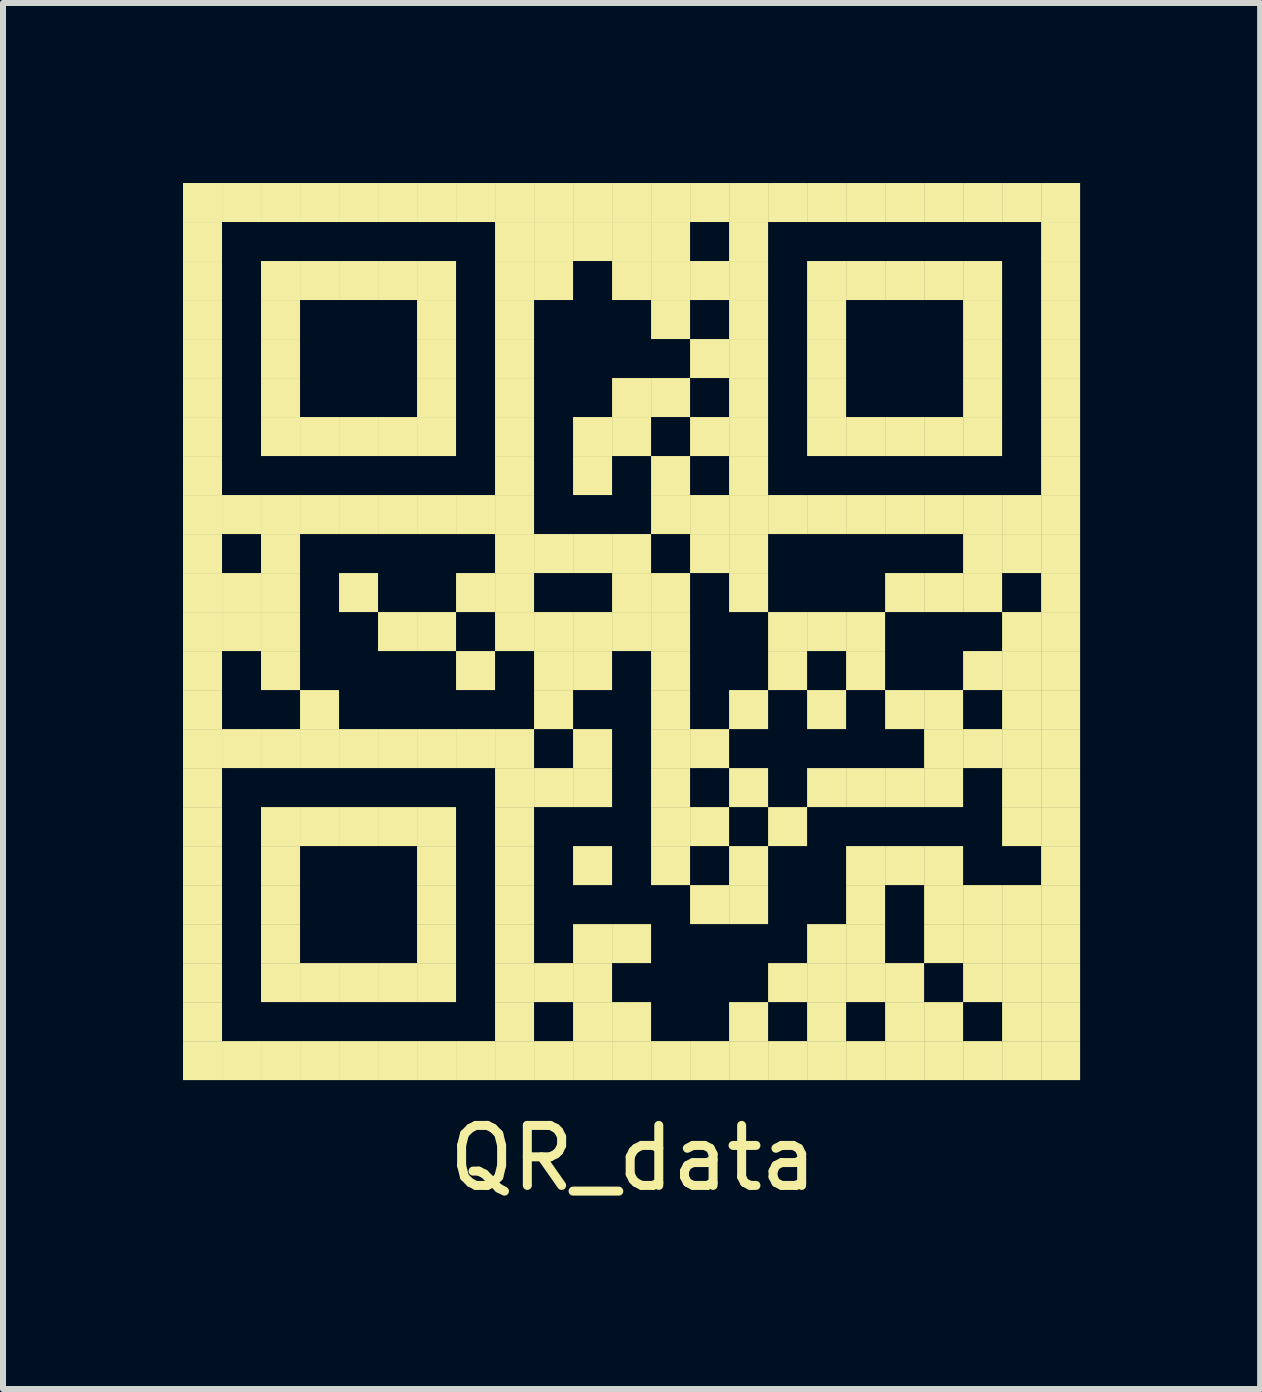
<source format=kicad_pcb>
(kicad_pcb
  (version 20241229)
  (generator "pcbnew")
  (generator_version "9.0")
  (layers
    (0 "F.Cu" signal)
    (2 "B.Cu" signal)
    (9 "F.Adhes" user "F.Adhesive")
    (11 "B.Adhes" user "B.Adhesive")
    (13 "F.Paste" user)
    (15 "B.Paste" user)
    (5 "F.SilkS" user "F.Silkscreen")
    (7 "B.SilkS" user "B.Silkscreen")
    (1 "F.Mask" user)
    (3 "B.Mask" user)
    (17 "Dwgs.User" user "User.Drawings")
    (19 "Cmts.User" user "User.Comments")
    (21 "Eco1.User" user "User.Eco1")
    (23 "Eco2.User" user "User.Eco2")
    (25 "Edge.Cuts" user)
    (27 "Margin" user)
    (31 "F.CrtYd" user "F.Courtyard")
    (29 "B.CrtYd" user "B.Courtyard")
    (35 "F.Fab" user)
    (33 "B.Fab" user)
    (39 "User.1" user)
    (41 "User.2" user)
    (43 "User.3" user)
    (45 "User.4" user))
  (footprint "QR_data"
    (layer "F.Cu")
    (at 7.5 7.5)
    (property "Reference" "QR_data" (at 0 8.75 0) (layer "F.SilkS") (effects (font (size 1 1) (thickness 0.15))))
    (attr exclude_from_pos_files exclude_from_bom allow_missing_courtyard)
    (fp_poly (pts (xy -7.5 -7.5) (xy -7.5 -6.85) (xy -6.85 -6.85) (xy -6.85 -7.5)) (stroke (width 0) (type solid)) (fill yes) (layer "F.SilkS"))
    (fp_poly (pts (xy -7.5 -6.85) (xy -7.5 -6.2) (xy -6.85 -6.2) (xy -6.85 -6.85)) (stroke (width 0) (type solid)) (fill yes) (layer "F.SilkS"))
    (fp_poly (pts (xy -7.5 -6.2) (xy -7.5 -5.55) (xy -6.85 -5.55) (xy -6.85 -6.2)) (stroke (width 0) (type solid)) (fill yes) (layer "F.SilkS"))
    (fp_poly (pts (xy -7.5 -5.55) (xy -7.5 -4.9) (xy -6.85 -4.9) (xy -6.85 -5.55)) (stroke (width 0) (type solid)) (fill yes) (layer "F.SilkS"))
    (fp_poly (pts (xy -7.5 -4.9) (xy -7.5 -4.25) (xy -6.85 -4.25) (xy -6.85 -4.9)) (stroke (width 0) (type solid)) (fill yes) (layer "F.SilkS"))
    (fp_poly (pts (xy -7.5 -4.25) (xy -7.5 -3.6) (xy -6.85 -3.6) (xy -6.85 -4.25)) (stroke (width 0) (type solid)) (fill yes) (layer "F.SilkS"))
    (fp_poly (pts (xy -7.5 -3.6) (xy -7.5 -2.95) (xy -6.85 -2.95) (xy -6.85 -3.6)) (stroke (width 0) (type solid)) (fill yes) (layer "F.SilkS"))
    (fp_poly (pts (xy -7.5 -2.95) (xy -7.5 -2.3) (xy -6.85 -2.3) (xy -6.85 -2.95)) (stroke (width 0) (type solid)) (fill yes) (layer "F.SilkS"))
    (fp_poly (pts (xy -7.5 -2.3) (xy -7.5 -1.65) (xy -6.85 -1.65) (xy -6.85 -2.3)) (stroke (width 0) (type solid)) (fill yes) (layer "F.SilkS"))
    (fp_poly (pts (xy -7.5 -1.65) (xy -7.5 -1) (xy -6.85 -1) (xy -6.85 -1.65)) (stroke (width 0) (type solid)) (fill yes) (layer "F.SilkS"))
    (fp_poly (pts (xy -7.5 -1) (xy -7.5 -0.35) (xy -6.85 -0.35) (xy -6.85 -1)) (stroke (width 0) (type solid)) (fill yes) (layer "F.SilkS"))
    (fp_poly (pts (xy -7.5 -0.35) (xy -7.5 0.3) (xy -6.85 0.3) (xy -6.85 -0.35)) (stroke (width 0) (type solid)) (fill yes) (layer "F.SilkS"))
    (fp_poly (pts (xy -7.5 0.3) (xy -7.5 0.95) (xy -6.85 0.95) (xy -6.85 0.3)) (stroke (width 0) (type solid)) (fill yes) (layer "F.SilkS"))
    (fp_poly (pts (xy -7.5 0.95) (xy -7.5 1.6) (xy -6.85 1.6) (xy -6.85 0.95)) (stroke (width 0) (type solid)) (fill yes) (layer "F.SilkS"))
    (fp_poly (pts (xy -7.5 1.6) (xy -7.5 2.25) (xy -6.85 2.25) (xy -6.85 1.6)) (stroke (width 0) (type solid)) (fill yes) (layer "F.SilkS"))
    (fp_poly (pts (xy -7.5 2.25) (xy -7.5 2.9) (xy -6.85 2.9) (xy -6.85 2.25)) (stroke (width 0) (type solid)) (fill yes) (layer "F.SilkS"))
    (fp_poly (pts (xy -7.5 2.9) (xy -7.5 3.55) (xy -6.85 3.55) (xy -6.85 2.9)) (stroke (width 0) (type solid)) (fill yes) (layer "F.SilkS"))
    (fp_poly (pts (xy -7.5 3.55) (xy -7.5 4.2) (xy -6.85 4.2) (xy -6.85 3.55)) (stroke (width 0) (type solid)) (fill yes) (layer "F.SilkS"))
    (fp_poly (pts (xy -7.5 4.2) (xy -7.5 4.85) (xy -6.85 4.85) (xy -6.85 4.2)) (stroke (width 0) (type solid)) (fill yes) (layer "F.SilkS"))
    (fp_poly (pts (xy -7.5 4.85) (xy -7.5 5.5) (xy -6.85 5.5) (xy -6.85 4.85)) (stroke (width 0) (type solid)) (fill yes) (layer "F.SilkS"))
    (fp_poly (pts (xy -7.5 5.5) (xy -7.5 6.15) (xy -6.85 6.15) (xy -6.85 5.5)) (stroke (width 0) (type solid)) (fill yes) (layer "F.SilkS"))
    (fp_poly (pts (xy -7.5 6.15) (xy -7.5 6.8) (xy -6.85 6.8) (xy -6.85 6.15)) (stroke (width 0) (type solid)) (fill yes) (layer "F.SilkS"))
    (fp_poly (pts (xy -7.5 6.8) (xy -7.5 7.45) (xy -6.85 7.45) (xy -6.85 6.8)) (stroke (width 0) (type solid)) (fill yes) (layer "F.SilkS"))
    (fp_poly (pts (xy -6.85 -7.5) (xy -6.85 -6.85) (xy -6.2 -6.85) (xy -6.2 -7.5)) (stroke (width 0) (type solid)) (fill yes) (layer "F.SilkS"))
    (fp_poly (pts (xy -6.85 -2.3) (xy -6.85 -1.65) (xy -6.2 -1.65) (xy -6.2 -2.3)) (stroke (width 0) (type solid)) (fill yes) (layer "F.SilkS"))
    (fp_poly (pts (xy -6.85 -1) (xy -6.85 -0.35) (xy -6.2 -0.35) (xy -6.2 -1)) (stroke (width 0) (type solid)) (fill yes) (layer "F.SilkS"))
    (fp_poly (pts (xy -6.85 -0.35) (xy -6.85 0.3) (xy -6.2 0.3) (xy -6.2 -0.35)) (stroke (width 0) (type solid)) (fill yes) (layer "F.SilkS"))
    (fp_poly (pts (xy -6.85 1.6) (xy -6.85 2.25) (xy -6.2 2.25) (xy -6.2 1.6)) (stroke (width 0) (type solid)) (fill yes) (layer "F.SilkS"))
    (fp_poly (pts (xy -6.85 6.8) (xy -6.85 7.45) (xy -6.2 7.45) (xy -6.2 6.8)) (stroke (width 0) (type solid)) (fill yes) (layer "F.SilkS"))
    (fp_poly (pts (xy -6.2 -7.5) (xy -6.2 -6.85) (xy -5.55 -6.85) (xy -5.55 -7.5)) (stroke (width 0) (type solid)) (fill yes) (layer "F.SilkS"))
    (fp_poly (pts (xy -6.2 -6.2) (xy -6.2 -5.55) (xy -5.55 -5.55) (xy -5.55 -6.2)) (stroke (width 0) (type solid)) (fill yes) (layer "F.SilkS"))
    (fp_poly (pts (xy -6.2 -5.55) (xy -6.2 -4.9) (xy -5.55 -4.9) (xy -5.55 -5.55)) (stroke (width 0) (type solid)) (fill yes) (layer "F.SilkS"))
    (fp_poly (pts (xy -6.2 -4.9) (xy -6.2 -4.25) (xy -5.55 -4.25) (xy -5.55 -4.9)) (stroke (width 0) (type solid)) (fill yes) (layer "F.SilkS"))
    (fp_poly (pts (xy -6.2 -4.25) (xy -6.2 -3.6) (xy -5.55 -3.6) (xy -5.55 -4.25)) (stroke (width 0) (type solid)) (fill yes) (layer "F.SilkS"))
    (fp_poly (pts (xy -6.2 -3.6) (xy -6.2 -2.95) (xy -5.55 -2.95) (xy -5.55 -3.6)) (stroke (width 0) (type solid)) (fill yes) (layer "F.SilkS"))
    (fp_poly (pts (xy -6.2 -2.3) (xy -6.2 -1.65) (xy -5.55 -1.65) (xy -5.55 -2.3)) (stroke (width 0) (type solid)) (fill yes) (layer "F.SilkS"))
    (fp_poly (pts (xy -6.2 -1.65) (xy -6.2 -1) (xy -5.55 -1) (xy -5.55 -1.65)) (stroke (width 0) (type solid)) (fill yes) (layer "F.SilkS"))
    (fp_poly (pts (xy -6.2 -1) (xy -6.2 -0.35) (xy -5.55 -0.35) (xy -5.55 -1)) (stroke (width 0) (type solid)) (fill yes) (layer "F.SilkS"))
    (fp_poly (pts (xy -6.2 -0.35) (xy -6.2 0.3) (xy -5.55 0.3) (xy -5.55 -0.35)) (stroke (width 0) (type solid)) (fill yes) (layer "F.SilkS"))
    (fp_poly (pts (xy -6.2 0.3) (xy -6.2 0.95) (xy -5.55 0.95) (xy -5.55 0.3)) (stroke (width 0) (type solid)) (fill yes) (layer "F.SilkS"))
    (fp_poly (pts (xy -6.2 1.6) (xy -6.2 2.25) (xy -5.55 2.25) (xy -5.55 1.6)) (stroke (width 0) (type solid)) (fill yes) (layer "F.SilkS"))
    (fp_poly (pts (xy -6.2 2.9) (xy -6.2 3.55) (xy -5.55 3.55) (xy -5.55 2.9)) (stroke (width 0) (type solid)) (fill yes) (layer "F.SilkS"))
    (fp_poly (pts (xy -6.2 3.55) (xy -6.2 4.2) (xy -5.55 4.2) (xy -5.55 3.55)) (stroke (width 0) (type solid)) (fill yes) (layer "F.SilkS"))
    (fp_poly (pts (xy -6.2 4.2) (xy -6.2 4.85) (xy -5.55 4.85) (xy -5.55 4.2)) (stroke (width 0) (type solid)) (fill yes) (layer "F.SilkS"))
    (fp_poly (pts (xy -6.2 4.85) (xy -6.2 5.5) (xy -5.55 5.5) (xy -5.55 4.85)) (stroke (width 0) (type solid)) (fill yes) (layer "F.SilkS"))
    (fp_poly (pts (xy -6.2 5.5) (xy -6.2 6.15) (xy -5.55 6.15) (xy -5.55 5.5)) (stroke (width 0) (type solid)) (fill yes) (layer "F.SilkS"))
    (fp_poly (pts (xy -6.2 6.8) (xy -6.2 7.45) (xy -5.55 7.45) (xy -5.55 6.8)) (stroke (width 0) (type solid)) (fill yes) (layer "F.SilkS"))
    (fp_poly (pts (xy -5.55 -7.5) (xy -5.55 -6.85) (xy -4.9 -6.85) (xy -4.9 -7.5)) (stroke (width 0) (type solid)) (fill yes) (layer "F.SilkS"))
    (fp_poly (pts (xy -5.55 -6.2) (xy -5.55 -5.55) (xy -4.9 -5.55) (xy -4.9 -6.2)) (stroke (width 0) (type solid)) (fill yes) (layer "F.SilkS"))
    (fp_poly (pts (xy -5.55 -3.6) (xy -5.55 -2.95) (xy -4.9 -2.95) (xy -4.9 -3.6)) (stroke (width 0) (type solid)) (fill yes) (layer "F.SilkS"))
    (fp_poly (pts (xy -5.55 -2.3) (xy -5.55 -1.65) (xy -4.9 -1.65) (xy -4.9 -2.3)) (stroke (width 0) (type solid)) (fill yes) (layer "F.SilkS"))
    (fp_poly (pts (xy -5.55 0.95) (xy -5.55 1.6) (xy -4.9 1.6) (xy -4.9 0.95)) (stroke (width 0) (type solid)) (fill yes) (layer "F.SilkS"))
    (fp_poly (pts (xy -5.55 1.6) (xy -5.55 2.25) (xy -4.9 2.25) (xy -4.9 1.6)) (stroke (width 0) (type solid)) (fill yes) (layer "F.SilkS"))
    (fp_poly (pts (xy -5.55 2.9) (xy -5.55 3.55) (xy -4.9 3.55) (xy -4.9 2.9)) (stroke (width 0) (type solid)) (fill yes) (layer "F.SilkS"))
    (fp_poly (pts (xy -5.55 5.5) (xy -5.55 6.15) (xy -4.9 6.15) (xy -4.9 5.5)) (stroke (width 0) (type solid)) (fill yes) (layer "F.SilkS"))
    (fp_poly (pts (xy -5.55 6.8) (xy -5.55 7.45) (xy -4.9 7.45) (xy -4.9 6.8)) (stroke (width 0) (type solid)) (fill yes) (layer "F.SilkS"))
    (fp_poly (pts (xy -4.9 -7.5) (xy -4.9 -6.85) (xy -4.25 -6.85) (xy -4.25 -7.5)) (stroke (width 0) (type solid)) (fill yes) (layer "F.SilkS"))
    (fp_poly (pts (xy -4.9 -6.2) (xy -4.9 -5.55) (xy -4.25 -5.55) (xy -4.25 -6.2)) (stroke (width 0) (type solid)) (fill yes) (layer "F.SilkS"))
    (fp_poly (pts (xy -4.9 -3.6) (xy -4.9 -2.95) (xy -4.25 -2.95) (xy -4.25 -3.6)) (stroke (width 0) (type solid)) (fill yes) (layer "F.SilkS"))
    (fp_poly (pts (xy -4.9 -2.3) (xy -4.9 -1.65) (xy -4.25 -1.65) (xy -4.25 -2.3)) (stroke (width 0) (type solid)) (fill yes) (layer "F.SilkS"))
    (fp_poly (pts (xy -4.9 -1) (xy -4.9 -0.35) (xy -4.25 -0.35) (xy -4.25 -1)) (stroke (width 0) (type solid)) (fill yes) (layer "F.SilkS"))
    (fp_poly (pts (xy -4.9 1.6) (xy -4.9 2.25) (xy -4.25 2.25) (xy -4.25 1.6)) (stroke (width 0) (type solid)) (fill yes) (layer "F.SilkS"))
    (fp_poly (pts (xy -4.9 2.9) (xy -4.9 3.55) (xy -4.25 3.55) (xy -4.25 2.9)) (stroke (width 0) (type solid)) (fill yes) (layer "F.SilkS"))
    (fp_poly (pts (xy -4.9 5.5) (xy -4.9 6.15) (xy -4.25 6.15) (xy -4.25 5.5)) (stroke (width 0) (type solid)) (fill yes) (layer "F.SilkS"))
    (fp_poly (pts (xy -4.9 6.8) (xy -4.9 7.45) (xy -4.25 7.45) (xy -4.25 6.8)) (stroke (width 0) (type solid)) (fill yes) (layer "F.SilkS"))
    (fp_poly (pts (xy -4.25 -7.5) (xy -4.25 -6.85) (xy -3.6 -6.85) (xy -3.6 -7.5)) (stroke (width 0) (type solid)) (fill yes) (layer "F.SilkS"))
    (fp_poly (pts (xy -4.25 -6.2) (xy -4.25 -5.55) (xy -3.6 -5.55) (xy -3.6 -6.2)) (stroke (width 0) (type solid)) (fill yes) (layer "F.SilkS"))
    (fp_poly (pts (xy -4.25 -3.6) (xy -4.25 -2.95) (xy -3.6 -2.95) (xy -3.6 -3.6)) (stroke (width 0) (type solid)) (fill yes) (layer "F.SilkS"))
    (fp_poly (pts (xy -4.25 -2.3) (xy -4.25 -1.65) (xy -3.6 -1.65) (xy -3.6 -2.3)) (stroke (width 0) (type solid)) (fill yes) (layer "F.SilkS"))
    (fp_poly (pts (xy -4.25 -0.35) (xy -4.25 0.3) (xy -3.6 0.3) (xy -3.6 -0.35)) (stroke (width 0) (type solid)) (fill yes) (layer "F.SilkS"))
    (fp_poly (pts (xy -4.25 1.6) (xy -4.25 2.25) (xy -3.6 2.25) (xy -3.6 1.6)) (stroke (width 0) (type solid)) (fill yes) (layer "F.SilkS"))
    (fp_poly (pts (xy -4.25 2.9) (xy -4.25 3.55) (xy -3.6 3.55) (xy -3.6 2.9)) (stroke (width 0) (type solid)) (fill yes) (layer "F.SilkS"))
    (fp_poly (pts (xy -4.25 5.5) (xy -4.25 6.15) (xy -3.6 6.15) (xy -3.6 5.5)) (stroke (width 0) (type solid)) (fill yes) (layer "F.SilkS"))
    (fp_poly (pts (xy -4.25 6.8) (xy -4.25 7.45) (xy -3.6 7.45) (xy -3.6 6.8)) (stroke (width 0) (type solid)) (fill yes) (layer "F.SilkS"))
    (fp_poly (pts (xy -3.6 -7.5) (xy -3.6 -6.85) (xy -2.95 -6.85) (xy -2.95 -7.5)) (stroke (width 0) (type solid)) (fill yes) (layer "F.SilkS"))
    (fp_poly (pts (xy -3.6 -6.2) (xy -3.6 -5.55) (xy -2.95 -5.55) (xy -2.95 -6.2)) (stroke (width 0) (type solid)) (fill yes) (layer "F.SilkS"))
    (fp_poly (pts (xy -3.6 -5.55) (xy -3.6 -4.9) (xy -2.95 -4.9) (xy -2.95 -5.55)) (stroke (width 0) (type solid)) (fill yes) (layer "F.SilkS"))
    (fp_poly (pts (xy -3.6 -4.9) (xy -3.6 -4.25) (xy -2.95 -4.25) (xy -2.95 -4.9)) (stroke (width 0) (type solid)) (fill yes) (layer "F.SilkS"))
    (fp_poly (pts (xy -3.6 -4.25) (xy -3.6 -3.6) (xy -2.95 -3.6) (xy -2.95 -4.25)) (stroke (width 0) (type solid)) (fill yes) (layer "F.SilkS"))
    (fp_poly (pts (xy -3.6 -3.6) (xy -3.6 -2.95) (xy -2.95 -2.95) (xy -2.95 -3.6)) (stroke (width 0) (type solid)) (fill yes) (layer "F.SilkS"))
    (fp_poly (pts (xy -3.6 -2.3) (xy -3.6 -1.65) (xy -2.95 -1.65) (xy -2.95 -2.3)) (stroke (width 0) (type solid)) (fill yes) (layer "F.SilkS"))
    (fp_poly (pts (xy -3.6 -0.35) (xy -3.6 0.3) (xy -2.95 0.3) (xy -2.95 -0.35)) (stroke (width 0) (type solid)) (fill yes) (layer "F.SilkS"))
    (fp_poly (pts (xy -3.6 1.6) (xy -3.6 2.25) (xy -2.95 2.25) (xy -2.95 1.6)) (stroke (width 0) (type solid)) (fill yes) (layer "F.SilkS"))
    (fp_poly (pts (xy -3.6 2.9) (xy -3.6 3.55) (xy -2.95 3.55) (xy -2.95 2.9)) (stroke (width 0) (type solid)) (fill yes) (layer "F.SilkS"))
    (fp_poly (pts (xy -3.6 3.55) (xy -3.6 4.2) (xy -2.95 4.2) (xy -2.95 3.55)) (stroke (width 0) (type solid)) (fill yes) (layer "F.SilkS"))
    (fp_poly (pts (xy -3.6 4.2) (xy -3.6 4.85) (xy -2.95 4.85) (xy -2.95 4.2)) (stroke (width 0) (type solid)) (fill yes) (layer "F.SilkS"))
    (fp_poly (pts (xy -3.6 4.85) (xy -3.6 5.5) (xy -2.95 5.5) (xy -2.95 4.85)) (stroke (width 0) (type solid)) (fill yes) (layer "F.SilkS"))
    (fp_poly (pts (xy -3.6 5.5) (xy -3.6 6.15) (xy -2.95 6.15) (xy -2.95 5.5)) (stroke (width 0) (type solid)) (fill yes) (layer "F.SilkS"))
    (fp_poly (pts (xy -3.6 6.8) (xy -3.6 7.45) (xy -2.95 7.45) (xy -2.95 6.8)) (stroke (width 0) (type solid)) (fill yes) (layer "F.SilkS"))
    (fp_poly (pts (xy -2.95 -7.5) (xy -2.95 -6.85) (xy -2.3 -6.85) (xy -2.3 -7.5)) (stroke (width 0) (type solid)) (fill yes) (layer "F.SilkS"))
    (fp_poly (pts (xy -2.95 -2.3) (xy -2.95 -1.65) (xy -2.3 -1.65) (xy -2.3 -2.3)) (stroke (width 0) (type solid)) (fill yes) (layer "F.SilkS"))
    (fp_poly (pts (xy -2.95 -1) (xy -2.95 -0.35) (xy -2.3 -0.35) (xy -2.3 -1)) (stroke (width 0) (type solid)) (fill yes) (layer "F.SilkS"))
    (fp_poly (pts (xy -2.95 0.3) (xy -2.95 0.95) (xy -2.3 0.95) (xy -2.3 0.3)) (stroke (width 0) (type solid)) (fill yes) (layer "F.SilkS"))
    (fp_poly (pts (xy -2.95 1.6) (xy -2.95 2.25) (xy -2.3 2.25) (xy -2.3 1.6)) (stroke (width 0) (type solid)) (fill yes) (layer "F.SilkS"))
    (fp_poly (pts (xy -2.95 6.8) (xy -2.95 7.45) (xy -2.3 7.45) (xy -2.3 6.8)) (stroke (width 0) (type solid)) (fill yes) (layer "F.SilkS"))
    (fp_poly (pts (xy -2.3 -7.5) (xy -2.3 -6.85) (xy -1.65 -6.85) (xy -1.65 -7.5)) (stroke (width 0) (type solid)) (fill yes) (layer "F.SilkS"))
    (fp_poly (pts (xy -2.3 -6.85) (xy -2.3 -6.2) (xy -1.65 -6.2) (xy -1.65 -6.85)) (stroke (width 0) (type solid)) (fill yes) (layer "F.SilkS"))
    (fp_poly (pts (xy -2.3 -6.2) (xy -2.3 -5.55) (xy -1.65 -5.55) (xy -1.65 -6.2)) (stroke (width 0) (type solid)) (fill yes) (layer "F.SilkS"))
    (fp_poly (pts (xy -2.3 -5.55) (xy -2.3 -4.9) (xy -1.65 -4.9) (xy -1.65 -5.55)) (stroke (width 0) (type solid)) (fill yes) (layer "F.SilkS"))
    (fp_poly (pts (xy -2.3 -4.9) (xy -2.3 -4.25) (xy -1.65 -4.25) (xy -1.65 -4.9)) (stroke (width 0) (type solid)) (fill yes) (layer "F.SilkS"))
    (fp_poly (pts (xy -2.3 -4.25) (xy -2.3 -3.6) (xy -1.65 -3.6) (xy -1.65 -4.25)) (stroke (width 0) (type solid)) (fill yes) (layer "F.SilkS"))
    (fp_poly (pts (xy -2.3 -3.6) (xy -2.3 -2.95) (xy -1.65 -2.95) (xy -1.65 -3.6)) (stroke (width 0) (type solid)) (fill yes) (layer "F.SilkS"))
    (fp_poly (pts (xy -2.3 -2.95) (xy -2.3 -2.3) (xy -1.65 -2.3) (xy -1.65 -2.95)) (stroke (width 0) (type solid)) (fill yes) (layer "F.SilkS"))
    (fp_poly (pts (xy -2.3 -2.3) (xy -2.3 -1.65) (xy -1.65 -1.65) (xy -1.65 -2.3)) (stroke (width 0) (type solid)) (fill yes) (layer "F.SilkS"))
    (fp_poly (pts (xy -2.3 -1.65) (xy -2.3 -1) (xy -1.65 -1) (xy -1.65 -1.65)) (stroke (width 0) (type solid)) (fill yes) (layer "F.SilkS"))
    (fp_poly (pts (xy -2.3 -1) (xy -2.3 -0.35) (xy -1.65 -0.35) (xy -1.65 -1)) (stroke (width 0) (type solid)) (fill yes) (layer "F.SilkS"))
    (fp_poly (pts (xy -2.3 -0.35) (xy -2.3 0.3) (xy -1.65 0.3) (xy -1.65 -0.35)) (stroke (width 0) (type solid)) (fill yes) (layer "F.SilkS"))
    (fp_poly (pts (xy -2.3 1.6) (xy -2.3 2.25) (xy -1.65 2.25) (xy -1.65 1.6)) (stroke (width 0) (type solid)) (fill yes) (layer "F.SilkS"))
    (fp_poly (pts (xy -2.3 2.25) (xy -2.3 2.9) (xy -1.65 2.9) (xy -1.65 2.25)) (stroke (width 0) (type solid)) (fill yes) (layer "F.SilkS"))
    (fp_poly (pts (xy -2.3 2.9) (xy -2.3 3.55) (xy -1.65 3.55) (xy -1.65 2.9)) (stroke (width 0) (type solid)) (fill yes) (layer "F.SilkS"))
    (fp_poly (pts (xy -2.3 3.55) (xy -2.3 4.2) (xy -1.65 4.2) (xy -1.65 3.55)) (stroke (width 0) (type solid)) (fill yes) (layer "F.SilkS"))
    (fp_poly (pts (xy -2.3 4.2) (xy -2.3 4.85) (xy -1.65 4.85) (xy -1.65 4.2)) (stroke (width 0) (type solid)) (fill yes) (layer "F.SilkS"))
    (fp_poly (pts (xy -2.3 4.85) (xy -2.3 5.5) (xy -1.65 5.5) (xy -1.65 4.85)) (stroke (width 0) (type solid)) (fill yes) (layer "F.SilkS"))
    (fp_poly (pts (xy -2.3 5.5) (xy -2.3 6.15) (xy -1.65 6.15) (xy -1.65 5.5)) (stroke (width 0) (type solid)) (fill yes) (layer "F.SilkS"))
    (fp_poly (pts (xy -2.3 6.15) (xy -2.3 6.8) (xy -1.65 6.8) (xy -1.65 6.15)) (stroke (width 0) (type solid)) (fill yes) (layer "F.SilkS"))
    (fp_poly (pts (xy -2.3 6.8) (xy -2.3 7.45) (xy -1.65 7.45) (xy -1.65 6.8)) (stroke (width 0) (type solid)) (fill yes) (layer "F.SilkS"))
    (fp_poly (pts (xy -1.65 -7.5) (xy -1.65 -6.85) (xy -1 -6.85) (xy -1 -7.5)) (stroke (width 0) (type solid)) (fill yes) (layer "F.SilkS"))
    (fp_poly (pts (xy -1.65 -6.85) (xy -1.65 -6.2) (xy -1 -6.2) (xy -1 -6.85)) (stroke (width 0) (type solid)) (fill yes) (layer "F.SilkS"))
    (fp_poly (pts (xy -1.65 -6.2) (xy -1.65 -5.55) (xy -1 -5.55) (xy -1 -6.2)) (stroke (width 0) (type solid)) (fill yes) (layer "F.SilkS"))
    (fp_poly (pts (xy -1.65 -1.65) (xy -1.65 -1) (xy -1 -1) (xy -1 -1.65)) (stroke (width 0) (type solid)) (fill yes) (layer "F.SilkS"))
    (fp_poly (pts (xy -1.65 -0.35) (xy -1.65 0.3) (xy -1 0.3) (xy -1 -0.35)) (stroke (width 0) (type solid)) (fill yes) (layer "F.SilkS"))
    (fp_poly (pts (xy -1.65 0.3) (xy -1.65 0.95) (xy -1 0.95) (xy -1 0.3)) (stroke (width 0) (type solid)) (fill yes) (layer "F.SilkS"))
    (fp_poly (pts (xy -1.65 0.95) (xy -1.65 1.6) (xy -1 1.6) (xy -1 0.95)) (stroke (width 0) (type solid)) (fill yes) (layer "F.SilkS"))
    (fp_poly (pts (xy -1.65 2.25) (xy -1.65 2.9) (xy -1 2.9) (xy -1 2.25)) (stroke (width 0) (type solid)) (fill yes) (layer "F.SilkS"))
    (fp_poly (pts (xy -1.65 5.5) (xy -1.65 6.15) (xy -1 6.15) (xy -1 5.5)) (stroke (width 0) (type solid)) (fill yes) (layer "F.SilkS"))
    (fp_poly (pts (xy -1.65 6.8) (xy -1.65 7.45) (xy -1 7.45) (xy -1 6.8)) (stroke (width 0) (type solid)) (fill yes) (layer "F.SilkS"))
    (fp_poly (pts (xy -1 -7.5) (xy -1 -6.85) (xy -0.35 -6.85) (xy -0.35 -7.5)) (stroke (width 0) (type solid)) (fill yes) (layer "F.SilkS"))
    (fp_poly (pts (xy -1 -6.85) (xy -1 -6.2) (xy -0.35 -6.2) (xy -0.35 -6.85)) (stroke (width 0) (type solid)) (fill yes) (layer "F.SilkS"))
    (fp_poly (pts (xy -1 -3.6) (xy -1 -2.95) (xy -0.35 -2.95) (xy -0.35 -3.6)) (stroke (width 0) (type solid)) (fill yes) (layer "F.SilkS"))
    (fp_poly (pts (xy -1 -2.95) (xy -1 -2.3) (xy -0.35 -2.3) (xy -0.35 -2.95)) (stroke (width 0) (type solid)) (fill yes) (layer "F.SilkS"))
    (fp_poly (pts (xy -1 -1.65) (xy -1 -1) (xy -0.35 -1) (xy -0.35 -1.65)) (stroke (width 0) (type solid)) (fill yes) (layer "F.SilkS"))
    (fp_poly (pts (xy -1 -0.35) (xy -1 0.3) (xy -0.35 0.3) (xy -0.35 -0.35)) (stroke (width 0) (type solid)) (fill yes) (layer "F.SilkS"))
    (fp_poly (pts (xy -1 0.3) (xy -1 0.95) (xy -0.35 0.95) (xy -0.35 0.3)) (stroke (width 0) (type solid)) (fill yes) (layer "F.SilkS"))
    (fp_poly (pts (xy -1 1.6) (xy -1 2.25) (xy -0.35 2.25) (xy -0.35 1.6)) (stroke (width 0) (type solid)) (fill yes) (layer "F.SilkS"))
    (fp_poly (pts (xy -1 2.25) (xy -1 2.9) (xy -0.35 2.9) (xy -0.35 2.25)) (stroke (width 0) (type solid)) (fill yes) (layer "F.SilkS"))
    (fp_poly (pts (xy -1 3.55) (xy -1 4.2) (xy -0.35 4.2) (xy -0.35 3.55)) (stroke (width 0) (type solid)) (fill yes) (layer "F.SilkS"))
    (fp_poly (pts (xy -1 4.85) (xy -1 5.5) (xy -0.35 5.5) (xy -0.35 4.85)) (stroke (width 0) (type solid)) (fill yes) (layer "F.SilkS"))
    (fp_poly (pts (xy -1 5.5) (xy -1 6.15) (xy -0.35 6.15) (xy -0.35 5.5)) (stroke (width 0) (type solid)) (fill yes) (layer "F.SilkS"))
    (fp_poly (pts (xy -1 6.15) (xy -1 6.8) (xy -0.35 6.8) (xy -0.35 6.15)) (stroke (width 0) (type solid)) (fill yes) (layer "F.SilkS"))
    (fp_poly (pts (xy -1 6.8) (xy -1 7.45) (xy -0.35 7.45) (xy -0.35 6.8)) (stroke (width 0) (type solid)) (fill yes) (layer "F.SilkS"))
    (fp_poly (pts (xy -0.35 -7.5) (xy -0.35 -6.85) (xy 0.3 -6.85) (xy 0.3 -7.5)) (stroke (width 0) (type solid)) (fill yes) (layer "F.SilkS"))
    (fp_poly (pts (xy -0.35 -6.85) (xy -0.35 -6.2) (xy 0.3 -6.2) (xy 0.3 -6.85)) (stroke (width 0) (type solid)) (fill yes) (layer "F.SilkS"))
    (fp_poly (pts (xy -0.35 -6.2) (xy -0.35 -5.55) (xy 0.3 -5.55) (xy 0.3 -6.2)) (stroke (width 0) (type solid)) (fill yes) (layer "F.SilkS"))
    (fp_poly (pts (xy -0.35 -4.25) (xy -0.35 -3.6) (xy 0.3 -3.6) (xy 0.3 -4.25)) (stroke (width 0) (type solid)) (fill yes) (layer "F.SilkS"))
    (fp_poly (pts (xy -0.35 -3.6) (xy -0.35 -2.95) (xy 0.3 -2.95) (xy 0.3 -3.6)) (stroke (width 0) (type solid)) (fill yes) (layer "F.SilkS"))
    (fp_poly (pts (xy -0.35 -1.65) (xy -0.35 -1) (xy 0.3 -1) (xy 0.3 -1.65)) (stroke (width 0) (type solid)) (fill yes) (layer "F.SilkS"))
    (fp_poly (pts (xy -0.35 -1) (xy -0.35 -0.35) (xy 0.3 -0.35) (xy 0.3 -1)) (stroke (width 0) (type solid)) (fill yes) (layer "F.SilkS"))
    (fp_poly (pts (xy -0.35 -0.35) (xy -0.35 0.3) (xy 0.3 0.3) (xy 0.3 -0.35)) (stroke (width 0) (type solid)) (fill yes) (layer "F.SilkS"))
    (fp_poly (pts (xy -0.35 4.85) (xy -0.35 5.5) (xy 0.3 5.5) (xy 0.3 4.85)) (stroke (width 0) (type solid)) (fill yes) (layer "F.SilkS"))
    (fp_poly (pts (xy -0.35 6.15) (xy -0.35 6.8) (xy 0.3 6.8) (xy 0.3 6.15)) (stroke (width 0) (type solid)) (fill yes) (layer "F.SilkS"))
    (fp_poly (pts (xy -0.35 6.8) (xy -0.35 7.45) (xy 0.3 7.45) (xy 0.3 6.8)) (stroke (width 0) (type solid)) (fill yes) (layer "F.SilkS"))
    (fp_poly (pts (xy 0.3 -7.5) (xy 0.3 -6.85) (xy 0.95 -6.85) (xy 0.95 -7.5)) (stroke (width 0) (type solid)) (fill yes) (layer "F.SilkS"))
    (fp_poly (pts (xy 0.3 -6.85) (xy 0.3 -6.2) (xy 0.95 -6.2) (xy 0.95 -6.85)) (stroke (width 0) (type solid)) (fill yes) (layer "F.SilkS"))
    (fp_poly (pts (xy 0.3 -6.2) (xy 0.3 -5.55) (xy 0.95 -5.55) (xy 0.95 -6.2)) (stroke (width 0) (type solid)) (fill yes) (layer "F.SilkS"))
    (fp_poly (pts (xy 0.3 -5.55) (xy 0.3 -4.9) (xy 0.95 -4.9) (xy 0.95 -5.55)) (stroke (width 0) (type solid)) (fill yes) (layer "F.SilkS"))
    (fp_poly (pts (xy 0.3 -4.25) (xy 0.3 -3.6) (xy 0.95 -3.6) (xy 0.95 -4.25)) (stroke (width 0) (type solid)) (fill yes) (layer "F.SilkS"))
    (fp_poly (pts (xy 0.3 -2.95) (xy 0.3 -2.3) (xy 0.95 -2.3) (xy 0.95 -2.95)) (stroke (width 0) (type solid)) (fill yes) (layer "F.SilkS"))
    (fp_poly (pts (xy 0.3 -2.3) (xy 0.3 -1.65) (xy 0.95 -1.65) (xy 0.95 -2.3)) (stroke (width 0) (type solid)) (fill yes) (layer "F.SilkS"))
    (fp_poly (pts (xy 0.3 -1) (xy 0.3 -0.35) (xy 0.95 -0.35) (xy 0.95 -1)) (stroke (width 0) (type solid)) (fill yes) (layer "F.SilkS"))
    (fp_poly (pts (xy 0.3 -0.35) (xy 0.3 0.3) (xy 0.95 0.3) (xy 0.95 -0.35)) (stroke (width 0) (type solid)) (fill yes) (layer "F.SilkS"))
    (fp_poly (pts (xy 0.3 0.3) (xy 0.3 0.95) (xy 0.95 0.95) (xy 0.95 0.3)) (stroke (width 0) (type solid)) (fill yes) (layer "F.SilkS"))
    (fp_poly (pts (xy 0.3 0.95) (xy 0.3 1.6) (xy 0.95 1.6) (xy 0.95 0.95)) (stroke (width 0) (type solid)) (fill yes) (layer "F.SilkS"))
    (fp_poly (pts (xy 0.3 1.6) (xy 0.3 2.25) (xy 0.95 2.25) (xy 0.95 1.6)) (stroke (width 0) (type solid)) (fill yes) (layer "F.SilkS"))
    (fp_poly (pts (xy 0.3 2.25) (xy 0.3 2.9) (xy 0.95 2.9) (xy 0.95 2.25)) (stroke (width 0) (type solid)) (fill yes) (layer "F.SilkS"))
    (fp_poly (pts (xy 0.3 2.9) (xy 0.3 3.55) (xy 0.95 3.55) (xy 0.95 2.9)) (stroke (width 0) (type solid)) (fill yes) (layer "F.SilkS"))
    (fp_poly (pts (xy 0.3 3.55) (xy 0.3 4.2) (xy 0.95 4.2) (xy 0.95 3.55)) (stroke (width 0) (type solid)) (fill yes) (layer "F.SilkS"))
    (fp_poly (pts (xy 0.3 6.8) (xy 0.3 7.45) (xy 0.95 7.45) (xy 0.95 6.8)) (stroke (width 0) (type solid)) (fill yes) (layer "F.SilkS"))
    (fp_poly (pts (xy 0.95 -7.5) (xy 0.95 -6.85) (xy 1.6 -6.85) (xy 1.6 -7.5)) (stroke (width 0) (type solid)) (fill yes) (layer "F.SilkS"))
    (fp_poly (pts (xy 0.95 -6.2) (xy 0.95 -5.55) (xy 1.6 -5.55) (xy 1.6 -6.2)) (stroke (width 0) (type solid)) (fill yes) (layer "F.SilkS"))
    (fp_poly (pts (xy 0.95 -4.9) (xy 0.95 -4.25) (xy 1.6 -4.25) (xy 1.6 -4.9)) (stroke (width 0) (type solid)) (fill yes) (layer "F.SilkS"))
    (fp_poly (pts (xy 0.95 -3.6) (xy 0.95 -2.95) (xy 1.6 -2.95) (xy 1.6 -3.6)) (stroke (width 0) (type solid)) (fill yes) (layer "F.SilkS"))
    (fp_poly (pts (xy 0.95 -2.3) (xy 0.95 -1.65) (xy 1.6 -1.65) (xy 1.6 -2.3)) (stroke (width 0) (type solid)) (fill yes) (layer "F.SilkS"))
    (fp_poly (pts (xy 0.95 -1.65) (xy 0.95 -1) (xy 1.6 -1) (xy 1.6 -1.65)) (stroke (width 0) (type solid)) (fill yes) (layer "F.SilkS"))
    (fp_poly (pts (xy 0.95 1.6) (xy 0.95 2.25) (xy 1.6 2.25) (xy 1.6 1.6)) (stroke (width 0) (type solid)) (fill yes) (layer "F.SilkS"))
    (fp_poly (pts (xy 0.95 2.9) (xy 0.95 3.55) (xy 1.6 3.55) (xy 1.6 2.9)) (stroke (width 0) (type solid)) (fill yes) (layer "F.SilkS"))
    (fp_poly (pts (xy 0.95 4.2) (xy 0.95 4.85) (xy 1.6 4.85) (xy 1.6 4.2)) (stroke (width 0) (type solid)) (fill yes) (layer "F.SilkS"))
    (fp_poly (pts (xy 0.95 6.8) (xy 0.95 7.45) (xy 1.6 7.45) (xy 1.6 6.8)) (stroke (width 0) (type solid)) (fill yes) (layer "F.SilkS"))
    (fp_poly (pts (xy 1.6 -7.5) (xy 1.6 -6.85) (xy 2.25 -6.85) (xy 2.25 -7.5)) (stroke (width 0) (type solid)) (fill yes) (layer "F.SilkS"))
    (fp_poly (pts (xy 1.6 -6.85) (xy 1.6 -6.2) (xy 2.25 -6.2) (xy 2.25 -6.85)) (stroke (width 0) (type solid)) (fill yes) (layer "F.SilkS"))
    (fp_poly (pts (xy 1.6 -6.2) (xy 1.6 -5.55) (xy 2.25 -5.55) (xy 2.25 -6.2)) (stroke (width 0) (type solid)) (fill yes) (layer "F.SilkS"))
    (fp_poly (pts (xy 1.6 -5.55) (xy 1.6 -4.9) (xy 2.25 -4.9) (xy 2.25 -5.55)) (stroke (width 0) (type solid)) (fill yes) (layer "F.SilkS"))
    (fp_poly (pts (xy 1.6 -4.9) (xy 1.6 -4.25) (xy 2.25 -4.25) (xy 2.25 -4.9)) (stroke (width 0) (type solid)) (fill yes) (layer "F.SilkS"))
    (fp_poly (pts (xy 1.6 -4.25) (xy 1.6 -3.6) (xy 2.25 -3.6) (xy 2.25 -4.25)) (stroke (width 0) (type solid)) (fill yes) (layer "F.SilkS"))
    (fp_poly (pts (xy 1.6 -3.6) (xy 1.6 -2.95) (xy 2.25 -2.95) (xy 2.25 -3.6)) (stroke (width 0) (type solid)) (fill yes) (layer "F.SilkS"))
    (fp_poly (pts (xy 1.6 -2.95) (xy 1.6 -2.3) (xy 2.25 -2.3) (xy 2.25 -2.95)) (stroke (width 0) (type solid)) (fill yes) (layer "F.SilkS"))
    (fp_poly (pts (xy 1.6 -2.3) (xy 1.6 -1.65) (xy 2.25 -1.65) (xy 2.25 -2.3)) (stroke (width 0) (type solid)) (fill yes) (layer "F.SilkS"))
    (fp_poly (pts (xy 1.6 -1.65) (xy 1.6 -1) (xy 2.25 -1) (xy 2.25 -1.65)) (stroke (width 0) (type solid)) (fill yes) (layer "F.SilkS"))
    (fp_poly (pts (xy 1.6 -1) (xy 1.6 -0.35) (xy 2.25 -0.35) (xy 2.25 -1)) (stroke (width 0) (type solid)) (fill yes) (layer "F.SilkS"))
    (fp_poly (pts (xy 1.6 0.95) (xy 1.6 1.6) (xy 2.25 1.6) (xy 2.25 0.95)) (stroke (width 0) (type solid)) (fill yes) (layer "F.SilkS"))
    (fp_poly (pts (xy 1.6 2.25) (xy 1.6 2.9) (xy 2.25 2.9) (xy 2.25 2.25)) (stroke (width 0) (type solid)) (fill yes) (layer "F.SilkS"))
    (fp_poly (pts (xy 1.6 3.55) (xy 1.6 4.2) (xy 2.25 4.2) (xy 2.25 3.55)) (stroke (width 0) (type solid)) (fill yes) (layer "F.SilkS"))
    (fp_poly (pts (xy 1.6 4.2) (xy 1.6 4.85) (xy 2.25 4.85) (xy 2.25 4.2)) (stroke (width 0) (type solid)) (fill yes) (layer "F.SilkS"))
    (fp_poly (pts (xy 1.6 6.15) (xy 1.6 6.8) (xy 2.25 6.8) (xy 2.25 6.15)) (stroke (width 0) (type solid)) (fill yes) (layer "F.SilkS"))
    (fp_poly (pts (xy 1.6 6.8) (xy 1.6 7.45) (xy 2.25 7.45) (xy 2.25 6.8)) (stroke (width 0) (type solid)) (fill yes) (layer "F.SilkS"))
    (fp_poly (pts (xy 2.25 -7.5) (xy 2.25 -6.85) (xy 2.9 -6.85) (xy 2.9 -7.5)) (stroke (width 0) (type solid)) (fill yes) (layer "F.SilkS"))
    (fp_poly (pts (xy 2.25 -2.3) (xy 2.25 -1.65) (xy 2.9 -1.65) (xy 2.9 -2.3)) (stroke (width 0) (type solid)) (fill yes) (layer "F.SilkS"))
    (fp_poly (pts (xy 2.25 -0.35) (xy 2.25 0.3) (xy 2.9 0.3) (xy 2.9 -0.35)) (stroke (width 0) (type solid)) (fill yes) (layer "F.SilkS"))
    (fp_poly (pts (xy 2.25 0.3) (xy 2.25 0.95) (xy 2.9 0.95) (xy 2.9 0.3)) (stroke (width 0) (type solid)) (fill yes) (layer "F.SilkS"))
    (fp_poly (pts (xy 2.25 2.9) (xy 2.25 3.55) (xy 2.9 3.55) (xy 2.9 2.9)) (stroke (width 0) (type solid)) (fill yes) (layer "F.SilkS"))
    (fp_poly (pts (xy 2.25 5.5) (xy 2.25 6.15) (xy 2.9 6.15) (xy 2.9 5.5)) (stroke (width 0) (type solid)) (fill yes) (layer "F.SilkS"))
    (fp_poly (pts (xy 2.25 6.8) (xy 2.25 7.45) (xy 2.9 7.45) (xy 2.9 6.8)) (stroke (width 0) (type solid)) (fill yes) (layer "F.SilkS"))
    (fp_poly (pts (xy 2.9 -7.5) (xy 2.9 -6.85) (xy 3.55 -6.85) (xy 3.55 -7.5)) (stroke (width 0) (type solid)) (fill yes) (layer "F.SilkS"))
    (fp_poly (pts (xy 2.9 -6.2) (xy 2.9 -5.55) (xy 3.55 -5.55) (xy 3.55 -6.2)) (stroke (width 0) (type solid)) (fill yes) (layer "F.SilkS"))
    (fp_poly (pts (xy 2.9 -5.55) (xy 2.9 -4.9) (xy 3.55 -4.9) (xy 3.55 -5.55)) (stroke (width 0) (type solid)) (fill yes) (layer "F.SilkS"))
    (fp_poly (pts (xy 2.9 -4.9) (xy 2.9 -4.25) (xy 3.55 -4.25) (xy 3.55 -4.9)) (stroke (width 0) (type solid)) (fill yes) (layer "F.SilkS"))
    (fp_poly (pts (xy 2.9 -4.25) (xy 2.9 -3.6) (xy 3.55 -3.6) (xy 3.55 -4.25)) (stroke (width 0) (type solid)) (fill yes) (layer "F.SilkS"))
    (fp_poly (pts (xy 2.9 -3.6) (xy 2.9 -2.95) (xy 3.55 -2.95) (xy 3.55 -3.6)) (stroke (width 0) (type solid)) (fill yes) (layer "F.SilkS"))
    (fp_poly (pts (xy 2.9 -2.3) (xy 2.9 -1.65) (xy 3.55 -1.65) (xy 3.55 -2.3)) (stroke (width 0) (type solid)) (fill yes) (layer "F.SilkS"))
    (fp_poly (pts (xy 2.9 -0.35) (xy 2.9 0.3) (xy 3.55 0.3) (xy 3.55 -0.35)) (stroke (width 0) (type solid)) (fill yes) (layer "F.SilkS"))
    (fp_poly (pts (xy 2.9 0.95) (xy 2.9 1.6) (xy 3.55 1.6) (xy 3.55 0.95)) (stroke (width 0) (type solid)) (fill yes) (layer "F.SilkS"))
    (fp_poly (pts (xy 2.9 2.25) (xy 2.9 2.9) (xy 3.55 2.9) (xy 3.55 2.25)) (stroke (width 0) (type solid)) (fill yes) (layer "F.SilkS"))
    (fp_poly (pts (xy 2.9 4.85) (xy 2.9 5.5) (xy 3.55 5.5) (xy 3.55 4.85)) (stroke (width 0) (type solid)) (fill yes) (layer "F.SilkS"))
    (fp_poly (pts (xy 2.9 5.5) (xy 2.9 6.15) (xy 3.55 6.15) (xy 3.55 5.5)) (stroke (width 0) (type solid)) (fill yes) (layer "F.SilkS"))
    (fp_poly (pts (xy 2.9 6.15) (xy 2.9 6.8) (xy 3.55 6.8) (xy 3.55 6.15)) (stroke (width 0) (type solid)) (fill yes) (layer "F.SilkS"))
    (fp_poly (pts (xy 2.9 6.8) (xy 2.9 7.45) (xy 3.55 7.45) (xy 3.55 6.8)) (stroke (width 0) (type solid)) (fill yes) (layer "F.SilkS"))
    (fp_poly (pts (xy 3.55 -7.5) (xy 3.55 -6.85) (xy 4.2 -6.85) (xy 4.2 -7.5)) (stroke (width 0) (type solid)) (fill yes) (layer "F.SilkS"))
    (fp_poly (pts (xy 3.55 -6.2) (xy 3.55 -5.55) (xy 4.2 -5.55) (xy 4.2 -6.2)) (stroke (width 0) (type solid)) (fill yes) (layer "F.SilkS"))
    (fp_poly (pts (xy 3.55 -3.6) (xy 3.55 -2.95) (xy 4.2 -2.95) (xy 4.2 -3.6)) (stroke (width 0) (type solid)) (fill yes) (layer "F.SilkS"))
    (fp_poly (pts (xy 3.55 -2.3) (xy 3.55 -1.65) (xy 4.2 -1.65) (xy 4.2 -2.3)) (stroke (width 0) (type solid)) (fill yes) (layer "F.SilkS"))
    (fp_poly (pts (xy 3.55 -0.35) (xy 3.55 0.3) (xy 4.2 0.3) (xy 4.2 -0.35)) (stroke (width 0) (type solid)) (fill yes) (layer "F.SilkS"))
    (fp_poly (pts (xy 3.55 0.3) (xy 3.55 0.95) (xy 4.2 0.95) (xy 4.2 0.3)) (stroke (width 0) (type solid)) (fill yes) (layer "F.SilkS"))
    (fp_poly (pts (xy 3.55 2.25) (xy 3.55 2.9) (xy 4.2 2.9) (xy 4.2 2.25)) (stroke (width 0) (type solid)) (fill yes) (layer "F.SilkS"))
    (fp_poly (pts (xy 3.55 3.55) (xy 3.55 4.2) (xy 4.2 4.2) (xy 4.2 3.55)) (stroke (width 0) (type solid)) (fill yes) (layer "F.SilkS"))
    (fp_poly (pts (xy 3.55 4.2) (xy 3.55 4.85) (xy 4.2 4.85) (xy 4.2 4.2)) (stroke (width 0) (type solid)) (fill yes) (layer "F.SilkS"))
    (fp_poly (pts (xy 3.55 4.85) (xy 3.55 5.5) (xy 4.2 5.5) (xy 4.2 4.85)) (stroke (width 0) (type solid)) (fill yes) (layer "F.SilkS"))
    (fp_poly (pts (xy 3.55 5.5) (xy 3.55 6.15) (xy 4.2 6.15) (xy 4.2 5.5)) (stroke (width 0) (type solid)) (fill yes) (layer "F.SilkS"))
    (fp_poly (pts (xy 3.55 6.8) (xy 3.55 7.45) (xy 4.2 7.45) (xy 4.2 6.8)) (stroke (width 0) (type solid)) (fill yes) (layer "F.SilkS"))
    (fp_poly (pts (xy 4.2 -7.5) (xy 4.2 -6.85) (xy 4.85 -6.85) (xy 4.85 -7.5)) (stroke (width 0) (type solid)) (fill yes) (layer "F.SilkS"))
    (fp_poly (pts (xy 4.2 -6.2) (xy 4.2 -5.55) (xy 4.85 -5.55) (xy 4.85 -6.2)) (stroke (width 0) (type solid)) (fill yes) (layer "F.SilkS"))
    (fp_poly (pts (xy 4.2 -3.6) (xy 4.2 -2.95) (xy 4.85 -2.95) (xy 4.85 -3.6)) (stroke (width 0) (type solid)) (fill yes) (layer "F.SilkS"))
    (fp_poly (pts (xy 4.2 -2.3) (xy 4.2 -1.65) (xy 4.85 -1.65) (xy 4.85 -2.3)) (stroke (width 0) (type solid)) (fill yes) (layer "F.SilkS"))
    (fp_poly (pts (xy 4.2 -1) (xy 4.2 -0.35) (xy 4.85 -0.35) (xy 4.85 -1)) (stroke (width 0) (type solid)) (fill yes) (layer "F.SilkS"))
    (fp_poly (pts (xy 4.2 0.95) (xy 4.2 1.6) (xy 4.85 1.6) (xy 4.85 0.95)) (stroke (width 0) (type solid)) (fill yes) (layer "F.SilkS"))
    (fp_poly (pts (xy 4.2 2.25) (xy 4.2 2.9) (xy 4.85 2.9) (xy 4.85 2.25)) (stroke (width 0) (type solid)) (fill yes) (layer "F.SilkS"))
    (fp_poly (pts (xy 4.2 3.55) (xy 4.2 4.2) (xy 4.85 4.2) (xy 4.85 3.55)) (stroke (width 0) (type solid)) (fill yes) (layer "F.SilkS"))
    (fp_poly (pts (xy 4.2 5.5) (xy 4.2 6.15) (xy 4.85 6.15) (xy 4.85 5.5)) (stroke (width 0) (type solid)) (fill yes) (layer "F.SilkS"))
    (fp_poly (pts (xy 4.2 6.15) (xy 4.2 6.8) (xy 4.85 6.8) (xy 4.85 6.15)) (stroke (width 0) (type solid)) (fill yes) (layer "F.SilkS"))
    (fp_poly (pts (xy 4.2 6.8) (xy 4.2 7.45) (xy 4.85 7.45) (xy 4.85 6.8)) (stroke (width 0) (type solid)) (fill yes) (layer "F.SilkS"))
    (fp_poly (pts (xy 4.85 -7.5) (xy 4.85 -6.85) (xy 5.5 -6.85) (xy 5.5 -7.5)) (stroke (width 0) (type solid)) (fill yes) (layer "F.SilkS"))
    (fp_poly (pts (xy 4.85 -6.2) (xy 4.85 -5.55) (xy 5.5 -5.55) (xy 5.5 -6.2)) (stroke (width 0) (type solid)) (fill yes) (layer "F.SilkS"))
    (fp_poly (pts (xy 4.85 -3.6) (xy 4.85 -2.95) (xy 5.5 -2.95) (xy 5.5 -3.6)) (stroke (width 0) (type solid)) (fill yes) (layer "F.SilkS"))
    (fp_poly (pts (xy 4.85 -2.3) (xy 4.85 -1.65) (xy 5.5 -1.65) (xy 5.5 -2.3)) (stroke (width 0) (type solid)) (fill yes) (layer "F.SilkS"))
    (fp_poly (pts (xy 4.85 -1) (xy 4.85 -0.35) (xy 5.5 -0.35) (xy 5.5 -1)) (stroke (width 0) (type solid)) (fill yes) (layer "F.SilkS"))
    (fp_poly (pts (xy 4.85 0.95) (xy 4.85 1.6) (xy 5.5 1.6) (xy 5.5 0.95)) (stroke (width 0) (type solid)) (fill yes) (layer "F.SilkS"))
    (fp_poly (pts (xy 4.85 1.6) (xy 4.85 2.25) (xy 5.5 2.25) (xy 5.5 1.6)) (stroke (width 0) (type solid)) (fill yes) (layer "F.SilkS"))
    (fp_poly (pts (xy 4.85 2.25) (xy 4.85 2.9) (xy 5.5 2.9) (xy 5.5 2.25)) (stroke (width 0) (type solid)) (fill yes) (layer "F.SilkS"))
    (fp_poly (pts (xy 4.85 3.55) (xy 4.85 4.2) (xy 5.5 4.2) (xy 5.5 3.55)) (stroke (width 0) (type solid)) (fill yes) (layer "F.SilkS"))
    (fp_poly (pts (xy 4.85 4.2) (xy 4.85 4.85) (xy 5.5 4.85) (xy 5.5 4.2)) (stroke (width 0) (type solid)) (fill yes) (layer "F.SilkS"))
    (fp_poly (pts (xy 4.85 4.85) (xy 4.85 5.5) (xy 5.5 5.5) (xy 5.5 4.85)) (stroke (width 0) (type solid)) (fill yes) (layer "F.SilkS"))
    (fp_poly (pts (xy 4.85 6.15) (xy 4.85 6.8) (xy 5.5 6.8) (xy 5.5 6.15)) (stroke (width 0) (type solid)) (fill yes) (layer "F.SilkS"))
    (fp_poly (pts (xy 4.85 6.8) (xy 4.85 7.45) (xy 5.5 7.45) (xy 5.5 6.8)) (stroke (width 0) (type solid)) (fill yes) (layer "F.SilkS"))
    (fp_poly (pts (xy 5.5 -7.5) (xy 5.5 -6.85) (xy 6.15 -6.85) (xy 6.15 -7.5)) (stroke (width 0) (type solid)) (fill yes) (layer "F.SilkS"))
    (fp_poly (pts (xy 5.5 -6.2) (xy 5.5 -5.55) (xy 6.15 -5.55) (xy 6.15 -6.2)) (stroke (width 0) (type solid)) (fill yes) (layer "F.SilkS"))
    (fp_poly (pts (xy 5.5 -5.55) (xy 5.5 -4.9) (xy 6.15 -4.9) (xy 6.15 -5.55)) (stroke (width 0) (type solid)) (fill yes) (layer "F.SilkS"))
    (fp_poly (pts (xy 5.5 -4.9) (xy 5.5 -4.25) (xy 6.15 -4.25) (xy 6.15 -4.9)) (stroke (width 0) (type solid)) (fill yes) (layer "F.SilkS"))
    (fp_poly (pts (xy 5.5 -4.25) (xy 5.5 -3.6) (xy 6.15 -3.6) (xy 6.15 -4.25)) (stroke (width 0) (type solid)) (fill yes) (layer "F.SilkS"))
    (fp_poly (pts (xy 5.5 -3.6) (xy 5.5 -2.95) (xy 6.15 -2.95) (xy 6.15 -3.6)) (stroke (width 0) (type solid)) (fill yes) (layer "F.SilkS"))
    (fp_poly (pts (xy 5.5 -2.3) (xy 5.5 -1.65) (xy 6.15 -1.65) (xy 6.15 -2.3)) (stroke (width 0) (type solid)) (fill yes) (layer "F.SilkS"))
    (fp_poly (pts (xy 5.5 -1.65) (xy 5.5 -1) (xy 6.15 -1) (xy 6.15 -1.65)) (stroke (width 0) (type solid)) (fill yes) (layer "F.SilkS"))
    (fp_poly (pts (xy 5.5 -1) (xy 5.5 -0.35) (xy 6.15 -0.35) (xy 6.15 -1)) (stroke (width 0) (type solid)) (fill yes) (layer "F.SilkS"))
    (fp_poly (pts (xy 5.5 0.3) (xy 5.5 0.95) (xy 6.15 0.95) (xy 6.15 0.3)) (stroke (width 0) (type solid)) (fill yes) (layer "F.SilkS"))
    (fp_poly (pts (xy 5.5 1.6) (xy 5.5 2.25) (xy 6.15 2.25) (xy 6.15 1.6)) (stroke (width 0) (type solid)) (fill yes) (layer "F.SilkS"))
    (fp_poly (pts (xy 5.5 4.2) (xy 5.5 4.85) (xy 6.15 4.85) (xy 6.15 4.2)) (stroke (width 0) (type solid)) (fill yes) (layer "F.SilkS"))
    (fp_poly (pts (xy 5.5 4.85) (xy 5.5 5.5) (xy 6.15 5.5) (xy 6.15 4.85)) (stroke (width 0) (type solid)) (fill yes) (layer "F.SilkS"))
    (fp_poly (pts (xy 5.5 5.5) (xy 5.5 6.15) (xy 6.15 6.15) (xy 6.15 5.5)) (stroke (width 0) (type solid)) (fill yes) (layer "F.SilkS"))
    (fp_poly (pts (xy 5.5 6.8) (xy 5.5 7.45) (xy 6.15 7.45) (xy 6.15 6.8)) (stroke (width 0) (type solid)) (fill yes) (layer "F.SilkS"))
    (fp_poly (pts (xy 6.15 -7.5) (xy 6.15 -6.85) (xy 6.8 -6.85) (xy 6.8 -7.5)) (stroke (width 0) (type solid)) (fill yes) (layer "F.SilkS"))
    (fp_poly (pts (xy 6.15 -2.3) (xy 6.15 -1.65) (xy 6.8 -1.65) (xy 6.8 -2.3)) (stroke (width 0) (type solid)) (fill yes) (layer "F.SilkS"))
    (fp_poly (pts (xy 6.15 -1.65) (xy 6.15 -1) (xy 6.8 -1) (xy 6.8 -1.65)) (stroke (width 0) (type solid)) (fill yes) (layer "F.SilkS"))
    (fp_poly (pts (xy 6.15 -0.35) (xy 6.15 0.3) (xy 6.8 0.3) (xy 6.8 -0.35)) (stroke (width 0) (type solid)) (fill yes) (layer "F.SilkS"))
    (fp_poly (pts (xy 6.15 0.3) (xy 6.15 0.95) (xy 6.8 0.95) (xy 6.8 0.3)) (stroke (width 0) (type solid)) (fill yes) (layer "F.SilkS"))
    (fp_poly (pts (xy 6.15 0.95) (xy 6.15 1.6) (xy 6.8 1.6) (xy 6.8 0.95)) (stroke (width 0) (type solid)) (fill yes) (layer "F.SilkS"))
    (fp_poly (pts (xy 6.15 1.6) (xy 6.15 2.25) (xy 6.8 2.25) (xy 6.8 1.6)) (stroke (width 0) (type solid)) (fill yes) (layer "F.SilkS"))
    (fp_poly (pts (xy 6.15 2.25) (xy 6.15 2.9) (xy 6.8 2.9) (xy 6.8 2.25)) (stroke (width 0) (type solid)) (fill yes) (layer "F.SilkS"))
    (fp_poly (pts (xy 6.15 2.9) (xy 6.15 3.55) (xy 6.8 3.55) (xy 6.8 2.9)) (stroke (width 0) (type solid)) (fill yes) (layer "F.SilkS"))
    (fp_poly (pts (xy 6.15 4.2) (xy 6.15 4.85) (xy 6.8 4.85) (xy 6.8 4.2)) (stroke (width 0) (type solid)) (fill yes) (layer "F.SilkS"))
    (fp_poly (pts (xy 6.15 4.85) (xy 6.15 5.5) (xy 6.8 5.5) (xy 6.8 4.85)) (stroke (width 0) (type solid)) (fill yes) (layer "F.SilkS"))
    (fp_poly (pts (xy 6.15 5.5) (xy 6.15 6.15) (xy 6.8 6.15) (xy 6.8 5.5)) (stroke (width 0) (type solid)) (fill yes) (layer "F.SilkS"))
    (fp_poly (pts (xy 6.15 6.15) (xy 6.15 6.8) (xy 6.8 6.8) (xy 6.8 6.15)) (stroke (width 0) (type solid)) (fill yes) (layer "F.SilkS"))
    (fp_poly (pts (xy 6.15 6.8) (xy 6.15 7.45) (xy 6.8 7.45) (xy 6.8 6.8)) (stroke (width 0) (type solid)) (fill yes) (layer "F.SilkS"))
    (fp_poly (pts (xy 6.8 -7.5) (xy 6.8 -6.85) (xy 7.45 -6.85) (xy 7.45 -7.5)) (stroke (width 0) (type solid)) (fill yes) (layer "F.SilkS"))
    (fp_poly (pts (xy 6.8 -6.85) (xy 6.8 -6.2) (xy 7.45 -6.2) (xy 7.45 -6.85)) (stroke (width 0) (type solid)) (fill yes) (layer "F.SilkS"))
    (fp_poly (pts (xy 6.8 -6.2) (xy 6.8 -5.55) (xy 7.45 -5.55) (xy 7.45 -6.2)) (stroke (width 0) (type solid)) (fill yes) (layer "F.SilkS"))
    (fp_poly (pts (xy 6.8 -5.55) (xy 6.8 -4.9) (xy 7.45 -4.9) (xy 7.45 -5.55)) (stroke (width 0) (type solid)) (fill yes) (layer "F.SilkS"))
    (fp_poly (pts (xy 6.8 -4.9) (xy 6.8 -4.25) (xy 7.45 -4.25) (xy 7.45 -4.9)) (stroke (width 0) (type solid)) (fill yes) (layer "F.SilkS"))
    (fp_poly (pts (xy 6.8 -4.25) (xy 6.8 -3.6) (xy 7.45 -3.6) (xy 7.45 -4.25)) (stroke (width 0) (type solid)) (fill yes) (layer "F.SilkS"))
    (fp_poly (pts (xy 6.8 -3.6) (xy 6.8 -2.95) (xy 7.45 -2.95) (xy 7.45 -3.6)) (stroke (width 0) (type solid)) (fill yes) (layer "F.SilkS"))
    (fp_poly (pts (xy 6.8 -2.95) (xy 6.8 -2.3) (xy 7.45 -2.3) (xy 7.45 -2.95)) (stroke (width 0) (type solid)) (fill yes) (layer "F.SilkS"))
    (fp_poly (pts (xy 6.8 -2.3) (xy 6.8 -1.65) (xy 7.45 -1.65) (xy 7.45 -2.3)) (stroke (width 0) (type solid)) (fill yes) (layer "F.SilkS"))
    (fp_poly (pts (xy 6.8 -1.65) (xy 6.8 -1) (xy 7.45 -1) (xy 7.45 -1.65)) (stroke (width 0) (type solid)) (fill yes) (layer "F.SilkS"))
    (fp_poly (pts (xy 6.8 -1) (xy 6.8 -0.35) (xy 7.45 -0.35) (xy 7.45 -1)) (stroke (width 0) (type solid)) (fill yes) (layer "F.SilkS"))
    (fp_poly (pts (xy 6.8 -0.35) (xy 6.8 0.3) (xy 7.45 0.3) (xy 7.45 -0.35)) (stroke (width 0) (type solid)) (fill yes) (layer "F.SilkS"))
    (fp_poly (pts (xy 6.8 0.3) (xy 6.8 0.95) (xy 7.45 0.95) (xy 7.45 0.3)) (stroke (width 0) (type solid)) (fill yes) (layer "F.SilkS"))
    (fp_poly (pts (xy 6.8 0.95) (xy 6.8 1.6) (xy 7.45 1.6) (xy 7.45 0.95)) (stroke (width 0) (type solid)) (fill yes) (layer "F.SilkS"))
    (fp_poly (pts (xy 6.8 1.6) (xy 6.8 2.25) (xy 7.45 2.25) (xy 7.45 1.6)) (stroke (width 0) (type solid)) (fill yes) (layer "F.SilkS"))
    (fp_poly (pts (xy 6.8 2.25) (xy 6.8 2.9) (xy 7.45 2.9) (xy 7.45 2.25)) (stroke (width 0) (type solid)) (fill yes) (layer "F.SilkS"))
    (fp_poly (pts (xy 6.8 2.9) (xy 6.8 3.55) (xy 7.45 3.55) (xy 7.45 2.9)) (stroke (width 0) (type solid)) (fill yes) (layer "F.SilkS"))
    (fp_poly (pts (xy 6.8 3.55) (xy 6.8 4.2) (xy 7.45 4.2) (xy 7.45 3.55)) (stroke (width 0) (type solid)) (fill yes) (layer "F.SilkS"))
    (fp_poly (pts (xy 6.8 4.2) (xy 6.8 4.85) (xy 7.45 4.85) (xy 7.45 4.2)) (stroke (width 0) (type solid)) (fill yes) (layer "F.SilkS"))
    (fp_poly (pts (xy 6.8 4.85) (xy 6.8 5.5) (xy 7.45 5.5) (xy 7.45 4.85)) (stroke (width 0) (type solid)) (fill yes) (layer "F.SilkS"))
    (fp_poly (pts (xy 6.8 5.5) (xy 6.8 6.15) (xy 7.45 6.15) (xy 7.45 5.5)) (stroke (width 0) (type solid)) (fill yes) (layer "F.SilkS"))
    (fp_poly (pts (xy 6.8 6.15) (xy 6.8 6.8) (xy 7.45 6.8) (xy 7.45 6.15)) (stroke (width 0) (type solid)) (fill yes) (layer "F.SilkS"))
    (fp_poly (pts (xy 6.8 6.8) (xy 6.8 7.45) (xy 7.45 7.45) (xy 7.45 6.8)) (stroke (width 0) (type solid)) (fill yes) (layer "F.SilkS")))
  (gr_rect
    (start -3 -3)
    (end 17.95 20.098)
    (stroke (width 0.1) (type default))
    (fill no)
    (layer "Edge.Cuts")))
</source>
